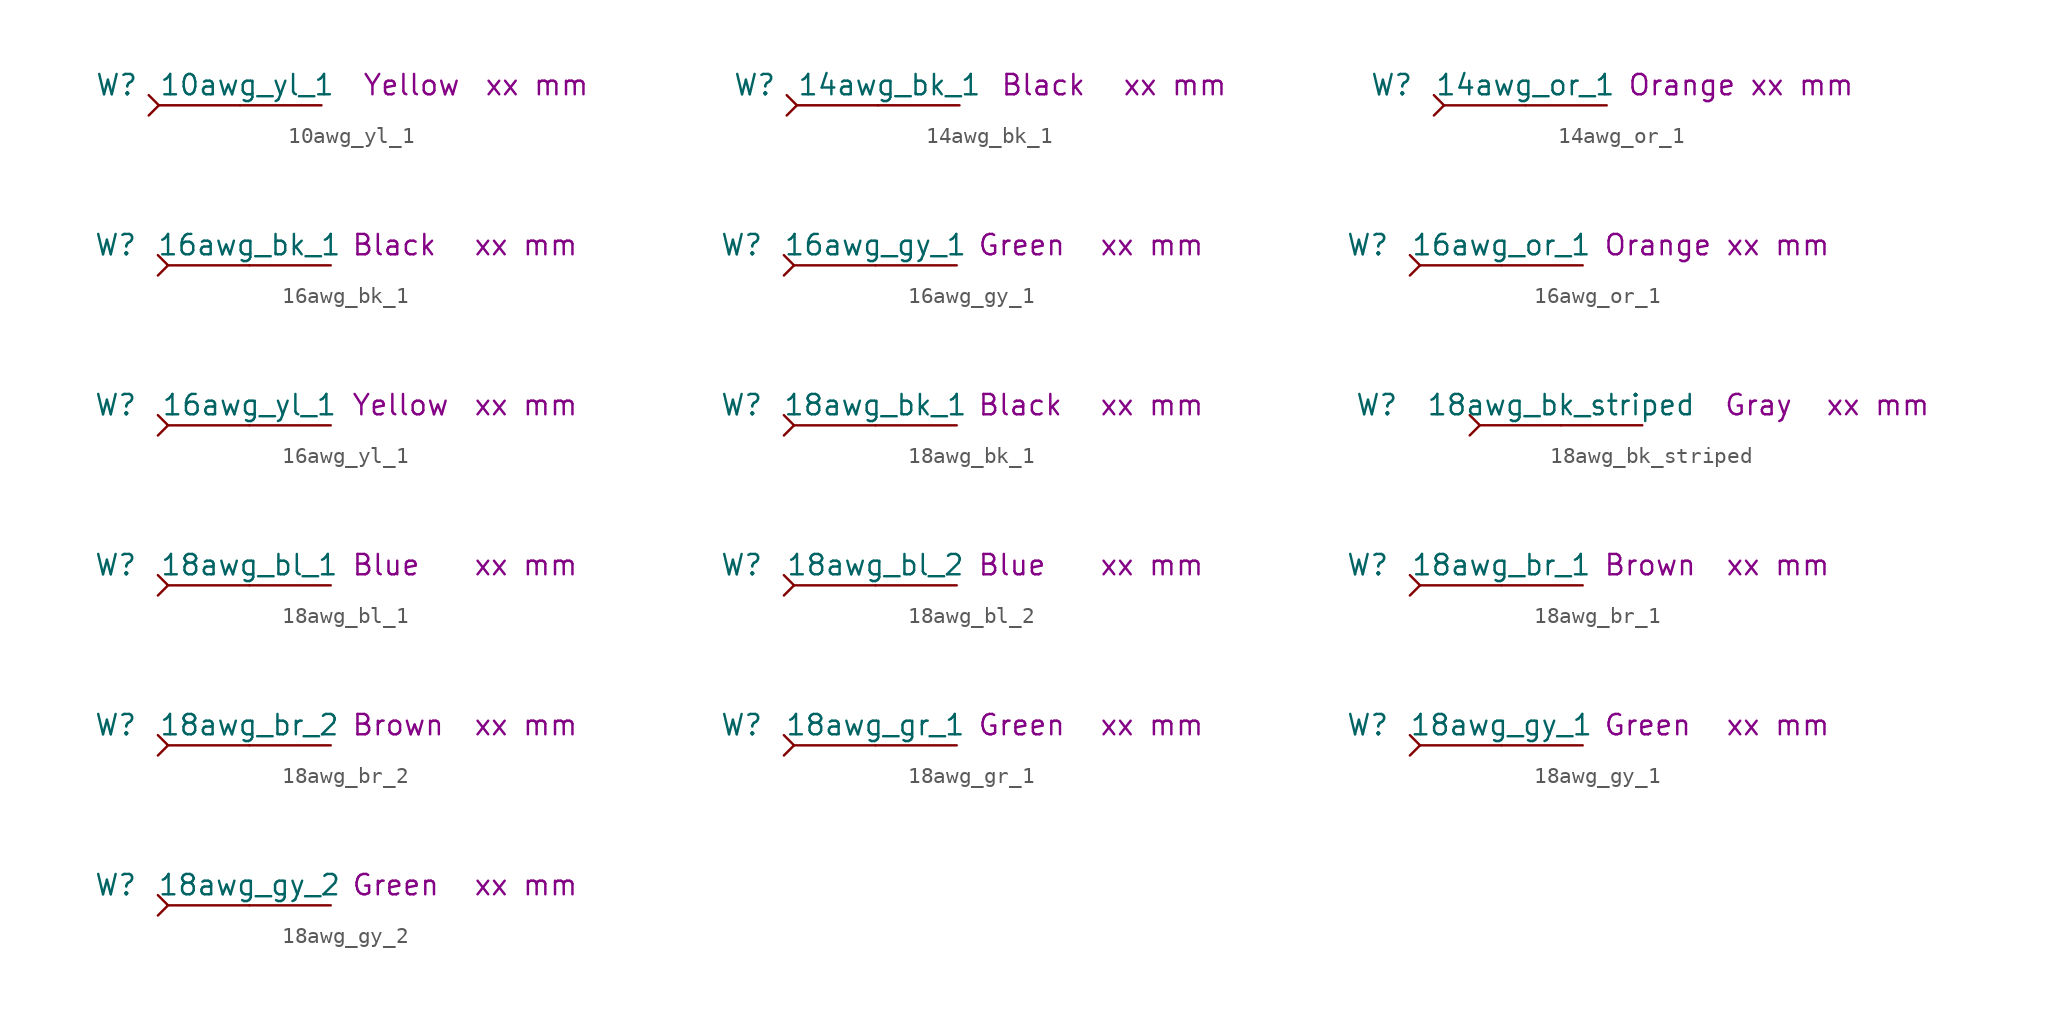
<source format=kicad_sym>
(kicad_symbol_lib
  (version 20211014)
  (generator kicad_symbol_editor)
  (symbol "10awg_yl_1"
    (pin_numbers hide)
    (pin_names
      (offset 0) hide)
    (property "Reference" "W"
      (at -6.35 1.27 0)
      (effects (font (size 1.27 1.27)) (justify right)))
    (property "Value" "10awg_yl_1"
      (at -5.08 1.27 0)
      (effects (font (size 1.27 1.27)) (justify left)))
    (property "Color" "Yellow"
      (at 7.62 1.27 0)
      (effects (font (size 1.27 1.27)) (justify left)))
    (property "Length" "xx mm"
      (at 15.24 1.27 0)
      (effects (font (size 1.27 1.27)) (justify left)))
    (symbol "10awg_yl_1_0_1"
      (polyline (pts (xy -5.715 0.635) (xy -5.08 0) (xy -5.715 -0.635)) (stroke (width 0) (type default) (color 0 0 0 0)) (fill (type none))))
    (symbol "10awg_yl_1_1_1"
      (pin bidirectional line (at -5.08 0 0) (length 5.08) (name "X" (effects (font (size 1.27 1.27)))) (number "1" (effects (font (size 1.27 1.27)))))
      (pin bidirectional line (at 5.08 0 180) (length 5.08) (name "Y" (effects (font (size 1.27 1.27)))) (number "2" (effects (font (size 1.27 1.27)))))))
  (symbol "14awg_bk_1"
    (pin_numbers hide)
    (pin_names
      (offset 0) hide)
    (property "Reference" "W"
      (at -6.35 1.27 0)
      (effects (font (size 1.27 1.27)) (justify right)))
    (property "Value" "14awg_bk_1"
      (at -5.08 1.27 0)
      (effects (font (size 1.27 1.27)) (justify left)))
    (property "Color" "Black"
      (at 7.62 1.27 0)
      (effects (font (size 1.27 1.27)) (justify left)))
    (property "Length" "xx mm"
      (at 15.24 1.27 0)
      (effects (font (size 1.27 1.27)) (justify left)))
    (symbol "14awg_bk_1_0_1"
      (polyline (pts (xy -5.715 0.635) (xy -5.08 0) (xy -5.715 -0.635)) (stroke (width 0) (type default) (color 0 0 0 0)) (fill (type none))))
    (symbol "14awg_bk_1_1_1"
      (pin bidirectional line (at -5.08 0 0) (length 5.08) (name "X" (effects (font (size 1.27 1.27)))) (number "1" (effects (font (size 1.27 1.27)))))
      (pin bidirectional line (at 5.08 0 180) (length 5.08) (name "Y" (effects (font (size 1.27 1.27)))) (number "2" (effects (font (size 1.27 1.27)))))))
  (symbol "14awg_or_1"
    (pin_numbers hide)
    (pin_names
      (offset 0) hide)
    (property "Reference" "W"
      (at -6.985 1.27 0)
      (effects (font (size 1.27 1.27)) (justify right)))
    (property "Value" "14awg_or_1"
      (at 0 1.27 0)
      (effects (font (size 1.27 1.27))))
    (property "Color" "Orange"
      (at 6.35 1.27 0)
      (effects (font (size 1.27 1.27)) (justify left)))
    (property "Length" "xx mm"
      (at 13.97 1.27 0)
      (effects (font (size 1.27 1.27)) (justify left)))
    (symbol "14awg_or_1_0_1"
      (polyline (pts (xy -5.715 0.635) (xy -5.08 0) (xy -5.715 -0.635)) (stroke (width 0) (type default) (color 0 0 0 0)) (fill (type none))))
    (symbol "14awg_or_1_1_1"
      (pin bidirectional line (at -5.08 0 0) (length 5.08) (name "X" (effects (font (size 1.27 1.27)))) (number "1" (effects (font (size 1.27 1.27)))))
      (pin bidirectional line (at 5.08 0 180) (length 5.08) (name "Y" (effects (font (size 1.27 1.27)))) (number "2" (effects (font (size 1.27 1.27)))))))
  (symbol "16awg_bk_1"
    (pin_numbers hide)
    (pin_names
      (offset 0) hide)
    (property "Reference" "W"
      (at -6.985 1.27 0)
      (effects (font (size 1.27 1.27)) (justify right)))
    (property "Value" "16awg_bk_1"
      (at 0 1.27 0)
      (effects (font (size 1.27 1.27))))
    (property "Color" "Black"
      (at 6.35 1.27 0)
      (effects (font (size 1.27 1.27)) (justify left)))
    (property "Length" "xx mm"
      (at 13.97 1.27 0)
      (effects (font (size 1.27 1.27)) (justify left)))
    (symbol "16awg_bk_1_0_1"
      (polyline (pts (xy -5.715 0.635) (xy -5.08 0) (xy -5.715 -0.635)) (stroke (width 0) (type default) (color 0 0 0 0)) (fill (type none))))
    (symbol "16awg_bk_1_1_1"
      (pin bidirectional line (at -5.08 0 0) (length 5.08) (name "X" (effects (font (size 1.27 1.27)))) (number "1" (effects (font (size 1.27 1.27)))))
      (pin bidirectional line (at 5.08 0 180) (length 5.08) (name "Y" (effects (font (size 1.27 1.27)))) (number "2" (effects (font (size 1.27 1.27)))))))
  (symbol "16awg_gy_1"
    (pin_numbers hide)
    (pin_names
      (offset 0) hide)
    (property "Reference" "W"
      (at -6.985 1.27 0)
      (effects (font (size 1.27 1.27)) (justify right)))
    (property "Value" "16awg_gy_1"
      (at 0 1.27 0)
      (effects (font (size 1.27 1.27))))
    (property "Color" "Green"
      (at 6.35 1.27 0)
      (effects (font (size 1.27 1.27)) (justify left)))
    (property "Length" "xx mm"
      (at 13.97 1.27 0)
      (effects (font (size 1.27 1.27)) (justify left)))
    (symbol "16awg_gy_1_0_1"
      (polyline (pts (xy -5.715 0.635) (xy -5.08 0) (xy -5.715 -0.635)) (stroke (width 0) (type default) (color 0 0 0 0)) (fill (type none))))
    (symbol "16awg_gy_1_1_1"
      (pin bidirectional line (at -5.08 0 0) (length 5.08) (name "X" (effects (font (size 1.27 1.27)))) (number "1" (effects (font (size 1.27 1.27)))))
      (pin bidirectional line (at 5.08 0 180) (length 5.08) (name "Y" (effects (font (size 1.27 1.27)))) (number "2" (effects (font (size 1.27 1.27)))))))
  (symbol "16awg_or_1"
    (pin_numbers hide)
    (pin_names
      (offset 0) hide)
    (property "Reference" "W"
      (at -6.985 1.27 0)
      (effects (font (size 1.27 1.27)) (justify right)))
    (property "Value" "16awg_or_1"
      (at 0 1.27 0)
      (effects (font (size 1.27 1.27))))
    (property "Color" "Orange"
      (at 6.35 1.27 0)
      (effects (font (size 1.27 1.27)) (justify left)))
    (property "Length" "xx mm"
      (at 13.97 1.27 0)
      (effects (font (size 1.27 1.27)) (justify left)))
    (symbol "16awg_or_1_0_1"
      (polyline (pts (xy -5.715 0.635) (xy -5.08 0) (xy -5.715 -0.635)) (stroke (width 0) (type default) (color 0 0 0 0)) (fill (type none))))
    (symbol "16awg_or_1_1_1"
      (pin bidirectional line (at -5.08 0 0) (length 5.08) (name "X" (effects (font (size 1.27 1.27)))) (number "1" (effects (font (size 1.27 1.27)))))
      (pin bidirectional line (at 5.08 0 180) (length 5.08) (name "Y" (effects (font (size 1.27 1.27)))) (number "2" (effects (font (size 1.27 1.27)))))))
  (symbol "16awg_yl_1"
    (pin_numbers hide)
    (pin_names
      (offset 0) hide)
    (property "Reference" "W"
      (at -6.985 1.27 0)
      (effects (font (size 1.27 1.27)) (justify right)))
    (property "Value" "16awg_yl_1"
      (at 0 1.27 0)
      (effects (font (size 1.27 1.27))))
    (property "Color" "Yellow"
      (at 6.35 1.27 0)
      (effects (font (size 1.27 1.27)) (justify left)))
    (property "Length" "xx mm"
      (at 13.97 1.27 0)
      (effects (font (size 1.27 1.27)) (justify left)))
    (symbol "16awg_yl_1_0_1"
      (polyline (pts (xy -5.715 0.635) (xy -5.08 0) (xy -5.715 -0.635)) (stroke (width 0) (type default) (color 0 0 0 0)) (fill (type none))))
    (symbol "16awg_yl_1_1_1"
      (pin bidirectional line (at -5.08 0 0) (length 5.08) (name "X" (effects (font (size 1.27 1.27)))) (number "1" (effects (font (size 1.27 1.27)))))
      (pin bidirectional line (at 5.08 0 180) (length 5.08) (name "Y" (effects (font (size 1.27 1.27)))) (number "2" (effects (font (size 1.27 1.27)))))))
  (symbol "18awg_bk_1"
    (pin_numbers hide)
    (pin_names
      (offset 0) hide)
    (property "Reference" "W"
      (at -6.985 1.27 0)
      (effects (font (size 1.27 1.27)) (justify right)))
    (property "Value" "18awg_bk_1"
      (at 0 1.27 0)
      (effects (font (size 1.27 1.27))))
    (property "Color" "Black"
      (at 6.35 1.27 0)
      (effects (font (size 1.27 1.27)) (justify left)))
    (property "Length" "xx mm"
      (at 13.97 1.27 0)
      (effects (font (size 1.27 1.27)) (justify left)))
    (symbol "18awg_bk_1_0_1"
      (polyline (pts (xy -5.715 0.635) (xy -5.08 0) (xy -5.715 -0.635)) (stroke (width 0) (type default) (color 0 0 0 0)) (fill (type none))))
    (symbol "18awg_bk_1_1_1"
      (pin bidirectional line (at -5.08 0 0) (length 5.08) (name "X" (effects (font (size 1.27 1.27)))) (number "1" (effects (font (size 1.27 1.27)))))
      (pin bidirectional line (at 5.08 0 180) (length 5.08) (name "Y" (effects (font (size 1.27 1.27)))) (number "2" (effects (font (size 1.27 1.27)))))))
  (symbol "18awg_bk_striped"
    (pin_numbers hide)
    (pin_names
      (offset 0) hide)
    (property "Reference" "W"
      (at -10.16 1.27 0)
      (effects (font (size 1.27 1.27)) (justify right)))
    (property "Value" "18awg_bk_striped"
      (at 0 1.27 0)
      (effects (font (size 1.27 1.27))))
    (property "Color" "Gray"
      (at 10.16 1.27 0)
      (effects (font (size 1.27 1.27)) (justify left)))
    (property "Length" "xx mm"
      (at 16.51 1.27 0)
      (effects (font (size 1.27 1.27)) (justify left)))
    (symbol "18awg_bk_striped_0_1"
      (polyline (pts (xy -5.715 0.635) (xy -5.08 0) (xy -5.715 -0.635)) (stroke (width 0) (type default) (color 0 0 0 0)) (fill (type none))))
    (symbol "18awg_bk_striped_1_1"
      (pin bidirectional line (at -5.08 0 0) (length 5.08) (name "X" (effects (font (size 1.27 1.27)))) (number "1" (effects (font (size 1.27 1.27)))))
      (pin bidirectional line (at 5.08 0 180) (length 5.08) (name "Y" (effects (font (size 1.27 1.27)))) (number "2" (effects (font (size 1.27 1.27)))))))
  (symbol "18awg_bl_1"
    (pin_numbers hide)
    (pin_names
      (offset 0) hide)
    (property "Reference" "W"
      (at -6.985 1.27 0)
      (effects (font (size 1.27 1.27)) (justify right)))
    (property "Value" "18awg_bl_1"
      (at 0 1.27 0)
      (effects (font (size 1.27 1.27))))
    (property "Color" "Blue"
      (at 6.35 1.27 0)
      (effects (font (size 1.27 1.27)) (justify left)))
    (property "Length" "xx mm"
      (at 13.97 1.27 0)
      (effects (font (size 1.27 1.27)) (justify left)))
    (symbol "18awg_bl_1_0_1"
      (polyline (pts (xy -5.715 0.635) (xy -5.08 0) (xy -5.715 -0.635)) (stroke (width 0) (type default) (color 0 0 0 0)) (fill (type none))))
    (symbol "18awg_bl_1_1_1"
      (pin bidirectional line (at -5.08 0 0) (length 5.08) (name "X" (effects (font (size 1.27 1.27)))) (number "1" (effects (font (size 1.27 1.27)))))
      (pin bidirectional line (at 5.08 0 180) (length 5.08) (name "Y" (effects (font (size 1.27 1.27)))) (number "2" (effects (font (size 1.27 1.27)))))))
  (symbol "18awg_bl_2"
    (pin_numbers hide)
    (pin_names
      (offset 0) hide)
    (property "Reference" "W"
      (at -6.985 1.27 0)
      (effects (font (size 1.27 1.27)) (justify right)))
    (property "Value" "18awg_bl_2"
      (at 0 1.27 0)
      (effects (font (size 1.27 1.27))))
    (property "Color" "Blue"
      (at 6.35 1.27 0)
      (effects (font (size 1.27 1.27)) (justify left)))
    (property "Length" "xx mm"
      (at 13.97 1.27 0)
      (effects (font (size 1.27 1.27)) (justify left)))
    (symbol "18awg_bl_2_0_1"
      (polyline (pts (xy -5.715 0.635) (xy -5.08 0) (xy -5.715 -0.635)) (stroke (width 0) (type default) (color 0 0 0 0)) (fill (type none))))
    (symbol "18awg_bl_2_1_1"
      (pin bidirectional line (at -5.08 0 0) (length 5.08) (name "X" (effects (font (size 1.27 1.27)))) (number "1" (effects (font (size 1.27 1.27)))))
      (pin bidirectional line (at 5.08 0 180) (length 5.08) (name "Y" (effects (font (size 1.27 1.27)))) (number "2" (effects (font (size 1.27 1.27)))))))
  (symbol "18awg_br_1"
    (pin_numbers hide)
    (pin_names
      (offset 0) hide)
    (property "Reference" "W"
      (at -6.985 1.27 0)
      (effects (font (size 1.27 1.27)) (justify right)))
    (property "Value" "18awg_br_1"
      (at 0 1.27 0)
      (effects (font (size 1.27 1.27))))
    (property "Color" "Brown"
      (at 6.35 1.27 0)
      (effects (font (size 1.27 1.27)) (justify left)))
    (property "Length" "xx mm"
      (at 13.97 1.27 0)
      (effects (font (size 1.27 1.27)) (justify left)))
    (symbol "18awg_br_1_0_1"
      (polyline (pts (xy -5.715 0.635) (xy -5.08 0) (xy -5.715 -0.635)) (stroke (width 0) (type default) (color 0 0 0 0)) (fill (type none))))
    (symbol "18awg_br_1_1_1"
      (pin bidirectional line (at -5.08 0 0) (length 5.08) (name "X" (effects (font (size 1.27 1.27)))) (number "1" (effects (font (size 1.27 1.27)))))
      (pin bidirectional line (at 5.08 0 180) (length 5.08) (name "Y" (effects (font (size 1.27 1.27)))) (number "2" (effects (font (size 1.27 1.27)))))))
  (symbol "18awg_br_2"
    (pin_numbers hide)
    (pin_names
      (offset 0) hide)
    (property "Reference" "W"
      (at -6.985 1.27 0)
      (effects (font (size 1.27 1.27)) (justify right)))
    (property "Value" "18awg_br_2"
      (at 0 1.27 0)
      (effects (font (size 1.27 1.27))))
    (property "Color" "Brown"
      (at 6.35 1.27 0)
      (effects (font (size 1.27 1.27)) (justify left)))
    (property "Length" "xx mm"
      (at 13.97 1.27 0)
      (effects (font (size 1.27 1.27)) (justify left)))
    (symbol "18awg_br_2_0_1"
      (polyline (pts (xy -5.715 0.635) (xy -5.08 0) (xy -5.715 -0.635)) (stroke (width 0) (type default) (color 0 0 0 0)) (fill (type none))))
    (symbol "18awg_br_2_1_1"
      (pin bidirectional line (at -5.08 0 0) (length 5.08) (name "X" (effects (font (size 1.27 1.27)))) (number "1" (effects (font (size 1.27 1.27)))))
      (pin bidirectional line (at 5.08 0 180) (length 5.08) (name "Y" (effects (font (size 1.27 1.27)))) (number "2" (effects (font (size 1.27 1.27)))))))
  (symbol "18awg_gr_1"
    (pin_numbers hide)
    (pin_names
      (offset 0) hide)
    (property "Reference" "W"
      (at -6.985 1.27 0)
      (effects (font (size 1.27 1.27)) (justify right)))
    (property "Value" "18awg_gr_1"
      (at 0 1.27 0)
      (effects (font (size 1.27 1.27))))
    (property "Color" "Green"
      (at 6.35 1.27 0)
      (effects (font (size 1.27 1.27)) (justify left)))
    (property "Length" "xx mm"
      (at 13.97 1.27 0)
      (effects (font (size 1.27 1.27)) (justify left)))
    (symbol "18awg_gr_1_0_1"
      (polyline (pts (xy -5.715 0.635) (xy -5.08 0) (xy -5.715 -0.635)) (stroke (width 0) (type default) (color 0 0 0 0)) (fill (type none))))
    (symbol "18awg_gr_1_1_1"
      (pin bidirectional line (at -5.08 0 0) (length 5.08) (name "X" (effects (font (size 1.27 1.27)))) (number "1" (effects (font (size 1.27 1.27)))))
      (pin bidirectional line (at 5.08 0 180) (length 5.08) (name "Y" (effects (font (size 1.27 1.27)))) (number "2" (effects (font (size 1.27 1.27)))))))
  (symbol "18awg_gy_1"
    (pin_numbers hide)
    (pin_names
      (offset 0) hide)
    (property "Reference" "W"
      (at -6.985 1.27 0)
      (effects (font (size 1.27 1.27)) (justify right)))
    (property "Value" "18awg_gy_1"
      (at 0 1.27 0)
      (effects (font (size 1.27 1.27))))
    (property "Color" "Green"
      (at 6.35 1.27 0)
      (effects (font (size 1.27 1.27)) (justify left)))
    (property "Length" "xx mm"
      (at 13.97 1.27 0)
      (effects (font (size 1.27 1.27)) (justify left)))
    (symbol "18awg_gy_1_0_1"
      (polyline (pts (xy -5.715 0.635) (xy -5.08 0) (xy -5.715 -0.635)) (stroke (width 0) (type default) (color 0 0 0 0)) (fill (type none))))
    (symbol "18awg_gy_1_1_1"
      (pin bidirectional line (at -5.08 0 0) (length 5.08) (name "X" (effects (font (size 1.27 1.27)))) (number "1" (effects (font (size 1.27 1.27)))))
      (pin bidirectional line (at 5.08 0 180) (length 5.08) (name "Y" (effects (font (size 1.27 1.27)))) (number "2" (effects (font (size 1.27 1.27)))))))
  (symbol "18awg_gy_2"
    (pin_numbers hide)
    (pin_names
      (offset 0) hide)
    (property "Reference" "W"
      (at -6.985 1.27 0)
      (effects (font (size 1.27 1.27)) (justify right)))
    (property "Value" "18awg_gy_2"
      (at 0 1.27 0)
      (effects (font (size 1.27 1.27))))
    (property "Color" "Green"
      (at 6.35 1.27 0)
      (effects (font (size 1.27 1.27)) (justify left)))
    (property "Length" "xx mm"
      (at 13.97 1.27 0)
      (effects (font (size 1.27 1.27)) (justify left)))
    (symbol "18awg_gy_2_0_1"
      (polyline (pts (xy -5.715 0.635) (xy -5.08 0) (xy -5.715 -0.635)) (stroke (width 0) (type default) (color 0 0 0 0)) (fill (type none))))
    (symbol "18awg_gy_2_1_1"
      (pin bidirectional line (at -5.08 0 0) (length 5.08) (name "X" (effects (font (size 1.27 1.27)))) (number "1" (effects (font (size 1.27 1.27)))))
      (pin bidirectional line (at 5.08 0 180) (length 5.08) (name "Y" (effects (font (size 1.27 1.27)))) (number "2" (effects (font (size 1.27 1.27))))))))
</source>
